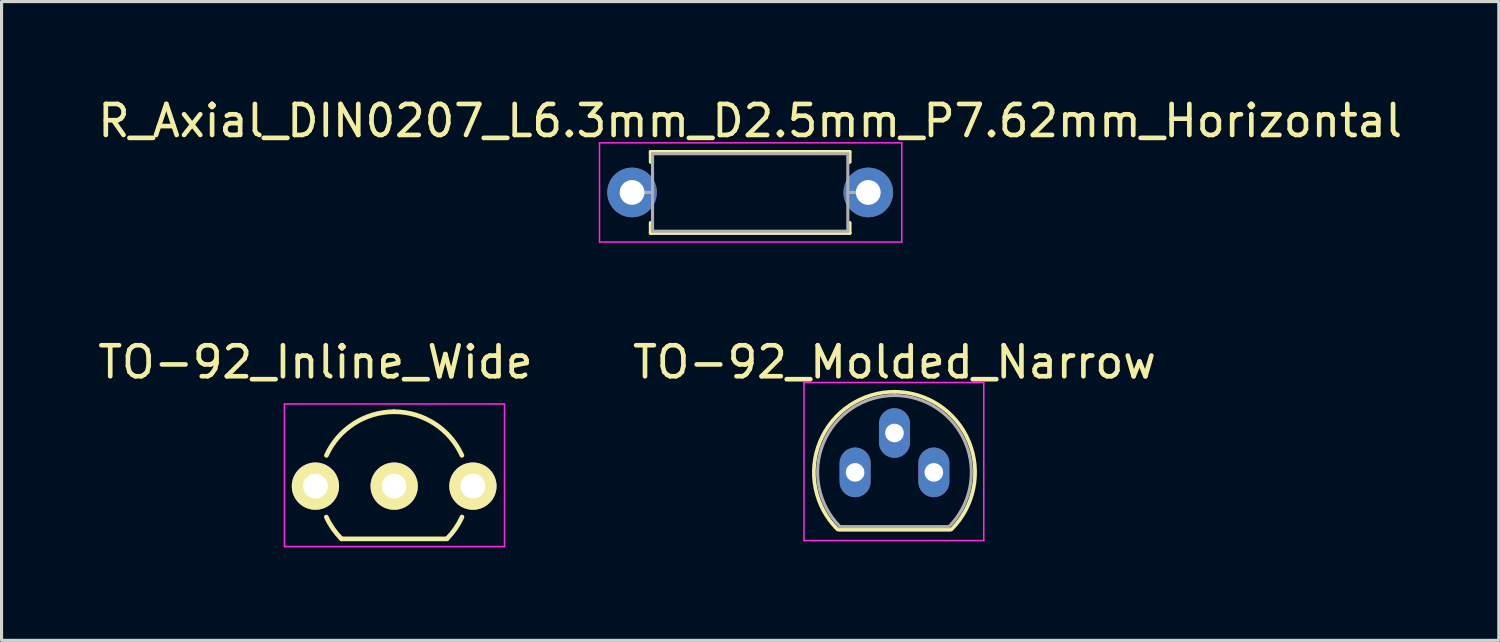
<source format=kicad_pcb>
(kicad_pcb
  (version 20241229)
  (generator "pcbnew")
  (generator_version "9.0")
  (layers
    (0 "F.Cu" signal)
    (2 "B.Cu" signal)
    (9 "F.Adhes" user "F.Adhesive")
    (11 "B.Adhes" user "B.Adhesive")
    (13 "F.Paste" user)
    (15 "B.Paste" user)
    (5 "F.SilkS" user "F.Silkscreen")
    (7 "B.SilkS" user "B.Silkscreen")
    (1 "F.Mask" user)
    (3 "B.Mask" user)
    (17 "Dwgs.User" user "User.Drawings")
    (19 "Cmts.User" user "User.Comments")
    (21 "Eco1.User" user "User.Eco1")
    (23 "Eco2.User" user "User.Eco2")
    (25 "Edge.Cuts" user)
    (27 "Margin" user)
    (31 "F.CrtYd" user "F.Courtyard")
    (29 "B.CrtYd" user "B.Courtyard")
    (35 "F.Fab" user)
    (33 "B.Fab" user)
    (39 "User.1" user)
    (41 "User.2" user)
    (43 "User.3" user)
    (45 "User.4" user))
  (footprint "TO-92_Inline_Wide"
    (layer "F.Cu")
    (at 7.125 12.632)
    (property "Reference" "TO-92_Inline_Wide" (at 0 -4 180) (layer "F.SilkS") (effects (font (size 1 1) (thickness 0.15))))
    (attr through_hole)
    (fp_line (start 0.84 1.7) (end 4.24 1.7) (stroke (width 0.15) (type solid)) (layer "F.SilkS"))
    (fp_arc (start 0.355121 -0.993127) (mid 1.240675 -2.017858) (end 2.54 -2.4) (stroke (width 0.15) (type solid)) (layer "F.SilkS"))
    (fp_arc (start 0.84 1.7) (mid 0.564627 1.370365) (end 0.352305 0.99699) (stroke (width 0.15) (type solid)) (layer "F.SilkS"))
    (fp_arc (start 2.54 -2.4) (mid 3.839326 -2.017858) (end 4.724879 -0.993127) (stroke (width 0.15) (type solid)) (layer "F.SilkS"))
    (fp_arc (start 4.727695 0.99699) (mid 4.515373 1.370365) (end 4.24 1.7) (stroke (width 0.15) (type solid)) (layer "F.SilkS"))
    (fp_line (start -1 -2.65) (end 6.1 -2.65) (stroke (width 0.05) (type solid)) (layer "F.CrtYd"))
    (fp_line (start -1 1.95) (end -1 -2.65) (stroke (width 0.05) (type solid)) (layer "F.CrtYd"))
    (fp_line (start -1 1.95) (end 6.1 1.95) (stroke (width 0.05) (type solid)) (layer "F.CrtYd"))
    (fp_line (start 6.1 1.95) (end 6.1 -2.65) (stroke (width 0.05) (type solid)) (layer "F.CrtYd"))
    (pad "1" thru_hole circle (at 0 0 90) (size 1.524 1.524) (drill 0.8) (layers "*.Cu" "*.Mask" "F.SilkS"))
    (pad "2" thru_hole circle (at 2.54 0 90) (size 1.524 1.524) (drill 0.8) (layers "*.Cu" "*.Mask" "F.SilkS"))
    (pad "3" thru_hole circle (at 5.08 0 90) (size 1.524 1.524) (drill 0.8) (layers "*.Cu" "*.Mask" "F.SilkS")))
  (footprint "TO-92_Molded_Narrow"
    (layer "F.Cu")
    (at 24.534 12.188)
    (property "Reference" "TO-92_Molded_Narrow" (at 1.27 -3.556 0) (layer "F.SilkS") (effects (font (size 1 1) (thickness 0.15))))
    (attr through_hole)
    (fp_line (start -0.53 1.85) (end 3.07 1.85) (stroke (width 0.12) (type solid)) (layer "F.SilkS"))
    (fp_arc (start -0.568478 1.838478) (mid -1.132087 -0.994977) (end 1.27 -2.6) (stroke (width 0.12) (type solid)) (layer "F.SilkS"))
    (fp_arc (start 1.27 -2.6) (mid 3.672087 -0.994977) (end 3.108478 1.838478) (stroke (width 0.12) (type solid)) (layer "F.SilkS"))
    (fp_line (start -1.65 -2.9) (end 4.15 -2.9) (stroke (width 0.05) (type solid)) (layer "F.CrtYd"))
    (fp_line (start -1.65 2.2) (end -1.65 -2.9) (stroke (width 0.05) (type solid)) (layer "F.CrtYd"))
    (fp_line (start 4.15 -2.9) (end 4.15 2.2) (stroke (width 0.05) (type solid)) (layer "F.CrtYd"))
    (fp_line (start 4.15 2.2) (end -1.65 2.2) (stroke (width 0.05) (type solid)) (layer "F.CrtYd"))
    (fp_line (start -0.5 1.75) (end 3 1.75) (stroke (width 0.1) (type solid)) (layer "F.Fab"))
    (fp_arc (start -0.483625 1.753625) (mid -1.021221 -0.949055) (end 1.27 -2.48) (stroke (width 0.1) (type solid)) (layer "F.Fab"))
    (fp_arc (start 1.27 -2.48) (mid 3.561221 -0.949055) (end 3.023625 1.753625) (stroke (width 0.1) (type solid)) (layer "F.Fab"))
    (pad "1" thru_hole oval (at 0 0 90) (size 1.6 1) (drill 0.6) (layers "*.Cu" "*.Mask"))
    (pad "2" thru_hole oval (at 1.27 -1.27 90) (size 1.6 1) (drill 0.6) (layers "*.Cu" "*.Mask"))
    (pad "3" thru_hole oval (at 2.54 0 90) (size 1.6 1) (drill 0.6) (layers "*.Cu" "*.Mask")))
  (footprint "R_Axial_DIN0207_L6.3mm_D2.5mm_P7.62mm_Horizontal"
    (layer "F.Cu")
    (at 17.339 3.158)
    (property "Reference" "R_Axial_DIN0207_L6.3mm_D2.5mm_P7.62mm_Horizontal" (at 3.81 -2.31 0) (layer "F.SilkS") (effects (font (size 1 1) (thickness 0.15))))
    (attr through_hole)
    (fp_line (start 0.6 -1.31) (end 7.02 -1.31) (stroke (width 0.12) (type solid)) (layer "F.SilkS"))
    (fp_line (start 0.6 -0.98) (end 0.6 -1.31) (stroke (width 0.12) (type solid)) (layer "F.SilkS"))
    (fp_line (start 0.6 0.98) (end 0.6 1.31) (stroke (width 0.12) (type solid)) (layer "F.SilkS"))
    (fp_line (start 0.6 1.31) (end 7.02 1.31) (stroke (width 0.12) (type solid)) (layer "F.SilkS"))
    (fp_line (start 7.02 -1.31) (end 7.02 -0.98) (stroke (width 0.12) (type solid)) (layer "F.SilkS"))
    (fp_line (start 7.02 1.31) (end 7.02 0.98) (stroke (width 0.12) (type solid)) (layer "F.SilkS"))
    (fp_line (start -1.05 -1.6) (end -1.05 1.6) (stroke (width 0.05) (type solid)) (layer "F.CrtYd"))
    (fp_line (start -1.05 1.6) (end 8.7 1.6) (stroke (width 0.05) (type solid)) (layer "F.CrtYd"))
    (fp_line (start 8.7 -1.6) (end -1.05 -1.6) (stroke (width 0.05) (type solid)) (layer "F.CrtYd"))
    (fp_line (start 8.7 1.6) (end 8.7 -1.6) (stroke (width 0.05) (type solid)) (layer "F.CrtYd"))
    (fp_line (start 0 0) (end 0.66 0) (stroke (width 0.1) (type solid)) (layer "F.Fab"))
    (fp_line (start 0.66 -1.25) (end 0.66 1.25) (stroke (width 0.1) (type solid)) (layer "F.Fab"))
    (fp_line (start 0.66 1.25) (end 6.96 1.25) (stroke (width 0.1) (type solid)) (layer "F.Fab"))
    (fp_line (start 6.96 -1.25) (end 0.66 -1.25) (stroke (width 0.1) (type solid)) (layer "F.Fab"))
    (fp_line (start 6.96 1.25) (end 6.96 -1.25) (stroke (width 0.1) (type solid)) (layer "F.Fab"))
    (fp_line (start 7.62 0) (end 6.96 0) (stroke (width 0.1) (type solid)) (layer "F.Fab"))
    (pad "1" thru_hole circle (at 0 0) (size 1.6 1.6) (drill 0.8) (layers "*.Cu" "*.Mask"))
    (pad "2" thru_hole oval (at 7.62 0) (size 1.6 1.6) (drill 0.8) (layers "*.Cu" "*.Mask")))
  (gr_rect
    (start -3 -3)
    (end 45.298 17.607)
    (stroke (width 0.1) (type default))
    (fill no)
    (layer "Edge.Cuts")))
</source>
